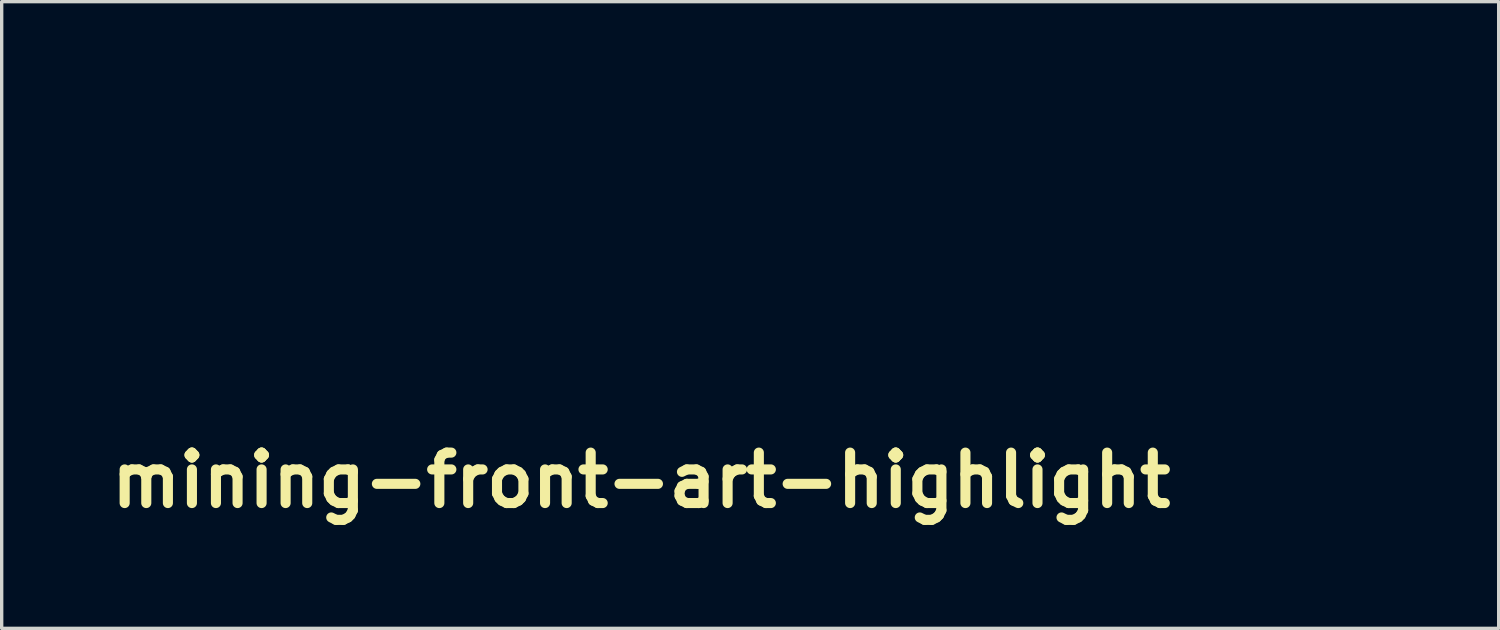
<source format=kicad_pcb>
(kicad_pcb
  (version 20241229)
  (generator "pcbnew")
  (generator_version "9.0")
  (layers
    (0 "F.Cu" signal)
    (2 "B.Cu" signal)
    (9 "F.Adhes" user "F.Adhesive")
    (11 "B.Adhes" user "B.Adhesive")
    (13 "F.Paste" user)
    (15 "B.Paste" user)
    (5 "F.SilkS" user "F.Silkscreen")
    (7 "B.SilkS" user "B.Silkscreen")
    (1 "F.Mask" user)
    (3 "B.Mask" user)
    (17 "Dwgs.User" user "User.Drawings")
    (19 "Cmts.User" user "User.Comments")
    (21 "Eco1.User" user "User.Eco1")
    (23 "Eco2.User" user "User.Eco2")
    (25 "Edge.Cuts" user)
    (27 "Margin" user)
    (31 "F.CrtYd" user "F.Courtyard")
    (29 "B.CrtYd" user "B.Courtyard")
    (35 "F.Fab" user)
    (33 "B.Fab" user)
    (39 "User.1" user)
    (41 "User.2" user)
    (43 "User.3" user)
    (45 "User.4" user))
  (footprint "mining-front-art-highlight"
    (layer "F.Cu")
    (at 16.014 11.23)
    (property "Reference" "mining-front-art-highlight" (at 0 0 0) (layer "F.SilkS") (effects (font (size 1.5 1.5) (thickness 0.3))))
    (attr board_only exclude_from_pos_files exclude_from_bom)
    (fp_poly (pts (xy 15.921 -9.917) (xy 15.97 -9.86) (xy 15.987 -9.758) (xy 15.924 -9.673) (xy 15.788 -9.61) (xy 15.606 -9.576) (xy 15.468 -9.564) (xy 15.394 -9.569) (xy 15.366 -9.597) (xy 15.361 -9.642) (xy 15.398 -9.728) (xy 15.492 -9.819) (xy 15.617 -9.898) (xy 15.746 -9.946) (xy 15.802 -9.952)) (stroke (width 0) (type solid)) (fill yes) (layer "F.Mask"))
    (fp_poly (pts (xy 8.168 -6.94) (xy 8.323 -6.89) (xy 8.465 -6.816) (xy 8.534 -6.764) (xy 8.592 -6.668) (xy 8.609 -6.55) (xy 8.583 -6.447) (xy 8.557 -6.416) (xy 8.424 -6.351) (xy 8.287 -6.366) (xy 8.238 -6.389) (xy 8.083 -6.492) (xy 7.955 -6.619) (xy 7.87 -6.75) (xy 7.842 -6.867) (xy 7.849 -6.906) (xy 7.909 -6.953) (xy 8.023 -6.963)) (stroke (width 0) (type solid)) (fill yes) (layer "F.Mask"))
    (fp_poly (pts (xy 8.575 -8.112) (xy 8.699 -8.091) (xy 8.908 -8.031) (xy 9.036 -7.943) (xy 9.086 -7.826) (xy 9.087 -7.807) (xy 9.053 -7.678) (xy 8.953 -7.603) (xy 8.791 -7.58) (xy 8.57 -7.612) (xy 8.358 -7.675) (xy 8.127 -7.771) (xy 7.979 -7.865) (xy 7.908 -7.953) (xy 7.911 -8.029) (xy 7.983 -8.089) (xy 8.121 -8.126) (xy 8.32 -8.135)) (stroke (width 0) (type solid)) (fill yes) (layer "F.Mask"))
    (fp_poly (pts (xy 15.6 -10.969) (xy 15.81 -10.902) (xy 16.049 -10.795) (xy 16.201 -10.683) (xy 16.267 -10.566) (xy 16.27 -10.535) (xy 16.232 -10.434) (xy 16.142 -10.36) (xy 16.064 -10.342) (xy 16.011 -10.365) (xy 15.909 -10.426) (xy 15.78 -10.511) (xy 15.769 -10.519) (xy 15.564 -10.674) (xy 15.43 -10.803) (xy 15.367 -10.902) (xy 15.375 -10.965) (xy 15.453 -10.989)) (stroke (width 0) (type solid)) (fill yes) (layer "F.Mask"))
    (fp_poly (pts (xy 22.128 -10.02) (xy 22.306 -9.967) (xy 22.433 -9.889) (xy 22.499 -9.793) (xy 22.493 -9.687) (xy 22.456 -9.625) (xy 22.366 -9.569) (xy 22.247 -9.587) (xy 22.136 -9.647) (xy 22.006 -9.711) (xy 21.853 -9.756) (xy 21.833 -9.76) (xy 21.64 -9.806) (xy 21.532 -9.867) (xy 21.506 -9.928) (xy 21.528 -9.983) (xy 21.604 -10.017) (xy 21.745 -10.035) (xy 21.909 -10.039)) (stroke (width 0) (type solid)) (fill yes) (layer "F.Mask"))
    (fp_poly (pts (xy 9.054 -8.766) (xy 9.131 -8.675) (xy 9.134 -8.667) (xy 9.139 -8.552) (xy 9.061 -8.458) (xy 8.904 -8.386) (xy 8.668 -8.337) (xy 8.358 -8.312) (xy 8.188 -8.309) (xy 8.029 -8.314) (xy 7.937 -8.332) (xy 7.894 -8.368) (xy 7.888 -8.38) (xy 7.898 -8.466) (xy 7.988 -8.555) (xy 8.153 -8.642) (xy 8.386 -8.723) (xy 8.444 -8.74) (xy 8.714 -8.798) (xy 8.916 -8.807)) (stroke (width 0) (type solid)) (fill yes) (layer "F.Mask"))
    (fp_poly (pts (xy 15.953 -9.079) (xy 16.03 -9.036) (xy 16.033 -8.953) (xy 15.964 -8.833) (xy 15.863 -8.721) (xy 15.735 -8.603) (xy 15.6 -8.494) (xy 15.477 -8.407) (xy 15.387 -8.358) (xy 15.361 -8.353) (xy 15.31 -8.373) (xy 15.264 -8.398) (xy 15.199 -8.479) (xy 15.197 -8.592) (xy 15.255 -8.712) (xy 15.302 -8.764) (xy 15.417 -8.851) (xy 15.564 -8.939) (xy 15.719 -9.014) (xy 15.856 -9.065) (xy 15.949 -9.08)) (stroke (width 0) (type solid)) (fill yes) (layer "F.Mask"))
    (fp_poly (pts (xy 21.66 -9.067) (xy 21.799 -9.019) (xy 21.94 -8.95) (xy 22.063 -8.866) (xy 22.151 -8.776) (xy 22.182 -8.711) (xy 22.185 -8.607) (xy 22.121 -8.524) (xy 22.113 -8.517) (xy 22.027 -8.459) (xy 21.97 -8.438) (xy 21.92 -8.467) (xy 21.828 -8.543) (xy 21.71 -8.653) (xy 21.672 -8.691) (xy 21.554 -8.816) (xy 21.466 -8.926) (xy 21.422 -9.002) (xy 21.419 -9.015) (xy 21.452 -9.072) (xy 21.538 -9.088)) (stroke (width 0) (type solid)) (fill yes) (layer "F.Mask"))
    (fp_poly (pts (xy 22.182 -10.94) (xy 22.292 -10.924) (xy 22.343 -10.884) (xy 22.362 -10.799) (xy 22.363 -10.788) (xy 22.358 -10.68) (xy 22.301 -10.614) (xy 22.255 -10.587) (xy 22.098 -10.525) (xy 21.913 -10.476) (xy 21.721 -10.445) (xy 21.541 -10.432) (xy 21.393 -10.44) (xy 21.296 -10.469) (xy 21.273 -10.496) (xy 21.285 -10.573) (xy 21.365 -10.66) (xy 21.496 -10.748) (xy 21.66 -10.828) (xy 21.84 -10.892) (xy 22.02 -10.932) (xy 22.181 -10.94)) (stroke (width 0) (type solid)) (fill yes) (layer "F.Mask"))
    (fp_poly (pts (xy 5.608 -8.927) (xy 5.856 -8.811) (xy 6.062 -8.62) (xy 6.223 -8.358) (xy 6.232 -8.337) (xy 6.332 -8.02) (xy 6.351 -7.71) (xy 6.288 -7.417) (xy 6.146 -7.149) (xy 6.145 -7.148) (xy 5.957 -6.959) (xy 5.715 -6.835) (xy 5.424 -6.778) (xy 5.091 -6.789) (xy 5.022 -6.799) (xy 4.78 -6.861) (xy 4.597 -6.962) (xy 4.449 -7.118) (xy 4.393 -7.203) (xy 4.325 -7.325) (xy 4.283 -7.439) (xy 4.26 -7.578) (xy 4.247 -7.771) (xy 4.247 -7.776) (xy 4.246 -7.901) (xy 4.641 -7.901) (xy 4.648 -7.701) (xy 4.69 -7.581) (xy 4.777 -7.443) (xy 4.88 -7.353) (xy 5.018 -7.303) (xy 5.21 -7.284) (xy 5.364 -7.284) (xy 5.518 -7.291) (xy 5.612 -7.309) (xy 5.675 -7.349) (xy 5.732 -7.423) (xy 5.743 -7.438) (xy 5.82 -7.622) (xy 5.843 -7.837) (xy 5.809 -8.047) (xy 5.758 -8.164) (xy 5.646 -8.295) (xy 5.496 -8.406) (xy 5.335 -8.482) (xy 5.189 -8.508) (xy 5.152 -8.503) (xy 4.964 -8.423) (xy 4.81 -8.282) (xy 4.699 -8.102) (xy 4.641 -7.901) (xy 4.246 -7.901) (xy 4.245 -8.013) (xy 4.268 -8.19) (xy 4.327 -8.335) (xy 4.432 -8.472) (xy 4.576 -8.613) (xy 4.764 -8.775) (xy 4.921 -8.88) (xy 5.069 -8.939) (xy 5.232 -8.963) (xy 5.322 -8.966)) (stroke (width 0) (type solid)) (fill yes) (layer "F.Mask"))
    (fp_poly (pts (xy 18.879 -11.211) (xy 18.932 -11.186) (xy 18.976 -11.15) (xy 19.016 -11.09) (xy 19.059 -10.993) (xy 19.108 -10.848) (xy 19.171 -10.643) (xy 19.237 -10.414) (xy 19.329 -10.059) (xy 19.377 -9.769) (xy 19.38 -9.53) (xy 19.337 -9.332) (xy 19.247 -9.163) (xy 19.109 -9.012) (xy 19.084 -8.99) (xy 18.973 -8.883) (xy 18.926 -8.803) (xy 18.928 -8.75) (xy 18.956 -8.701) (xy 19.015 -8.681) (xy 19.13 -8.684) (xy 19.168 -8.688) (xy 19.299 -8.696) (xy 19.371 -8.682) (xy 19.414 -8.636) (xy 19.432 -8.6) (xy 19.455 -8.458) (xy 19.401 -8.329) (xy 19.279 -8.23) (xy 19.191 -8.194) (xy 19.062 -8.168) (xy 18.889 -8.151) (xy 18.7 -8.142) (xy 18.524 -8.144) (xy 18.39 -8.156) (xy 18.347 -8.166) (xy 18.188 -8.25) (xy 18.085 -8.356) (xy 18.052 -8.468) (xy 18.052 -8.475) (xy 18.069 -8.545) (xy 18.115 -8.581) (xy 18.214 -8.598) (xy 18.271 -8.602) (xy 18.416 -8.629) (xy 18.48 -8.678) (xy 18.46 -8.744) (xy 18.356 -8.819) (xy 18.306 -8.843) (xy 18.125 -8.967) (xy 17.999 -9.149) (xy 17.932 -9.375) (xy 17.931 -9.424) (xy 18.476 -9.424) (xy 18.484 -9.364) (xy 18.523 -9.349) (xy 18.585 -9.354) (xy 18.703 -9.401) (xy 18.791 -9.483) (xy 18.839 -9.558) (xy 18.856 -9.631) (xy 18.843 -9.735) (xy 18.823 -9.829) (xy 18.777 -10.011) (xy 18.739 -10.111) (xy 18.703 -10.136) (xy 18.661 -10.09) (xy 18.607 -9.976) (xy 18.606 -9.974) (xy 18.545 -9.801) (xy 18.5 -9.617) (xy 18.489 -9.549) (xy 18.476 -9.424) (xy 17.931 -9.424) (xy 17.929 -9.633) (xy 17.953 -9.767) (xy 17.992 -9.889) (xy 18.061 -10.064) (xy 18.149 -10.267) (xy 18.234 -10.45) (xy 18.329 -10.647) (xy 18.413 -10.825) (xy 18.478 -10.966) (xy 18.513 -11.046) (xy 18.604 -11.173) (xy 18.734 -11.23)) (stroke (width 0) (type solid)) (fill yes) (layer "F.Mask")))
  (gr_rect
    (start -3 -3)
    (end 41.513 15.634)
    (stroke (width 0.1) (type default))
    (fill no)
    (layer "Edge.Cuts")))
</source>
